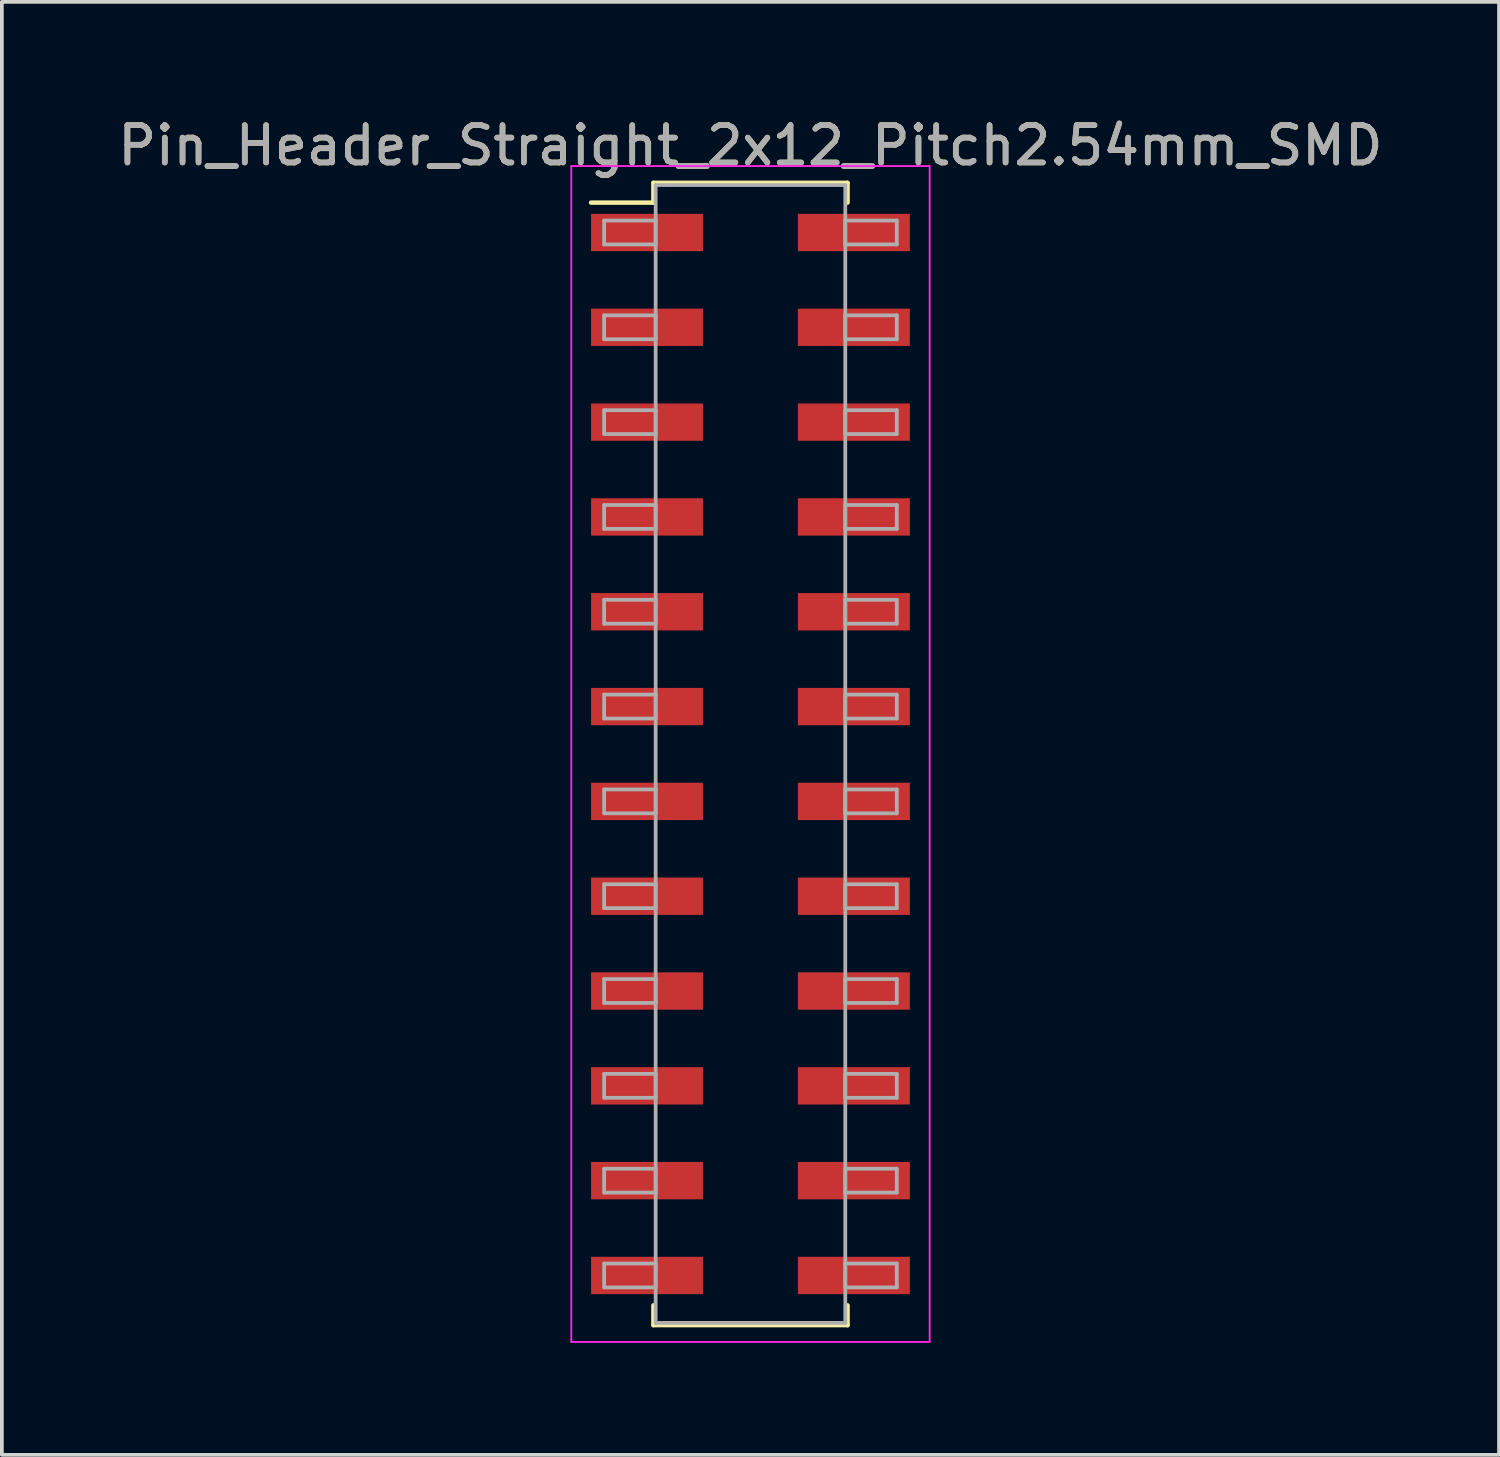
<source format=kicad_pcb>
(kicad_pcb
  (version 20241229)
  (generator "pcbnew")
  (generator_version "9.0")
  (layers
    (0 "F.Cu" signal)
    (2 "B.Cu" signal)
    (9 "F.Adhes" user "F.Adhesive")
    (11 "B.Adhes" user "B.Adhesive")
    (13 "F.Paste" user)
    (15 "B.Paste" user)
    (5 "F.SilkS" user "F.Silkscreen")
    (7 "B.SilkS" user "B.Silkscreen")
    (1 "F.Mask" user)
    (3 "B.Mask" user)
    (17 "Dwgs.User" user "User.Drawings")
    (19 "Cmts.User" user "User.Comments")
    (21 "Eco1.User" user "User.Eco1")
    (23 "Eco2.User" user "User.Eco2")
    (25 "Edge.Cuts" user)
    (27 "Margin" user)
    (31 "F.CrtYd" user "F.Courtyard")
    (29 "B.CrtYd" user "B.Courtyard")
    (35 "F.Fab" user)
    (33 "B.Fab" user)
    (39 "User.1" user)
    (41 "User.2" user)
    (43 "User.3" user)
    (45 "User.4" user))
  (footprint "Pin_Header_Straight_2x12_Pitch2.54mm_SMD"
    (layer "F.Cu")
    (at 17.054 17.148)
    (property "Reference" "Pin_Header_Straight_2x12_Pitch2.54mm_SMD" (at 0 -16.3 0) (layer "F.SilkS") (effects (font (size 1 1) (thickness 0.15))))
    (attr smd)
    (fp_line (start -4.27 -14.77) (end -2.6 -14.77) (stroke (width 0.12) (type solid)) (layer "F.SilkS"))
    (fp_line (start -2.6 -15.3) (end 2.6 -15.3) (stroke (width 0.12) (type solid)) (layer "F.SilkS"))
    (fp_line (start -2.6 -14.77) (end -2.6 -15.3) (stroke (width 0.12) (type solid)) (layer "F.SilkS"))
    (fp_line (start -2.6 14.77) (end -2.6 15.3) (stroke (width 0.12) (type solid)) (layer "F.SilkS"))
    (fp_line (start -2.6 15.3) (end 2.6 15.3) (stroke (width 0.12) (type solid)) (layer "F.SilkS"))
    (fp_line (start 2.6 -15.3) (end 2.6 -14.77) (stroke (width 0.12) (type solid)) (layer "F.SilkS"))
    (fp_line (start 2.6 15.3) (end 2.6 14.77) (stroke (width 0.12) (type solid)) (layer "F.SilkS"))
    (fp_line (start -4.8 -15.75) (end -4.8 15.75) (stroke (width 0.05) (type solid)) (layer "F.CrtYd"))
    (fp_line (start -4.8 15.75) (end 4.8 15.75) (stroke (width 0.05) (type solid)) (layer "F.CrtYd"))
    (fp_line (start 4.8 -15.75) (end -4.8 -15.75) (stroke (width 0.05) (type solid)) (layer "F.CrtYd"))
    (fp_line (start 4.8 15.75) (end 4.8 -15.75) (stroke (width 0.05) (type solid)) (layer "F.CrtYd"))
    (fp_line (start -3.92 -14.29) (end -2.54 -14.29) (stroke (width 0.1) (type solid)) (layer "F.Fab"))
    (fp_line (start -3.92 -13.65) (end -3.92 -14.29) (stroke (width 0.1) (type solid)) (layer "F.Fab"))
    (fp_line (start -3.92 -11.75) (end -2.54 -11.75) (stroke (width 0.1) (type solid)) (layer "F.Fab"))
    (fp_line (start -3.92 -11.11) (end -3.92 -11.75) (stroke (width 0.1) (type solid)) (layer "F.Fab"))
    (fp_line (start -3.92 -9.21) (end -2.54 -9.21) (stroke (width 0.1) (type solid)) (layer "F.Fab"))
    (fp_line (start -3.92 -8.57) (end -3.92 -9.21) (stroke (width 0.1) (type solid)) (layer "F.Fab"))
    (fp_line (start -3.92 -6.67) (end -2.54 -6.67) (stroke (width 0.1) (type solid)) (layer "F.Fab"))
    (fp_line (start -3.92 -6.03) (end -3.92 -6.67) (stroke (width 0.1) (type solid)) (layer "F.Fab"))
    (fp_line (start -3.92 -4.13) (end -2.54 -4.13) (stroke (width 0.1) (type solid)) (layer "F.Fab"))
    (fp_line (start -3.92 -3.49) (end -3.92 -4.13) (stroke (width 0.1) (type solid)) (layer "F.Fab"))
    (fp_line (start -3.92 -1.59) (end -2.54 -1.59) (stroke (width 0.1) (type solid)) (layer "F.Fab"))
    (fp_line (start -3.92 -0.95) (end -3.92 -1.59) (stroke (width 0.1) (type solid)) (layer "F.Fab"))
    (fp_line (start -3.92 0.95) (end -2.54 0.95) (stroke (width 0.1) (type solid)) (layer "F.Fab"))
    (fp_line (start -3.92 1.59) (end -3.92 0.95) (stroke (width 0.1) (type solid)) (layer "F.Fab"))
    (fp_line (start -3.92 3.49) (end -2.54 3.49) (stroke (width 0.1) (type solid)) (layer "F.Fab"))
    (fp_line (start -3.92 4.13) (end -3.92 3.49) (stroke (width 0.1) (type solid)) (layer "F.Fab"))
    (fp_line (start -3.92 6.03) (end -2.54 6.03) (stroke (width 0.1) (type solid)) (layer "F.Fab"))
    (fp_line (start -3.92 6.67) (end -3.92 6.03) (stroke (width 0.1) (type solid)) (layer "F.Fab"))
    (fp_line (start -3.92 8.57) (end -2.54 8.57) (stroke (width 0.1) (type solid)) (layer "F.Fab"))
    (fp_line (start -3.92 9.21) (end -3.92 8.57) (stroke (width 0.1) (type solid)) (layer "F.Fab"))
    (fp_line (start -3.92 11.11) (end -2.54 11.11) (stroke (width 0.1) (type solid)) (layer "F.Fab"))
    (fp_line (start -3.92 11.75) (end -3.92 11.11) (stroke (width 0.1) (type solid)) (layer "F.Fab"))
    (fp_line (start -3.92 13.65) (end -2.54 13.65) (stroke (width 0.1) (type solid)) (layer "F.Fab"))
    (fp_line (start -3.92 14.29) (end -3.92 13.65) (stroke (width 0.1) (type solid)) (layer "F.Fab"))
    (fp_line (start -2.54 -15.24) (end -2.54 15.24) (stroke (width 0.1) (type solid)) (layer "F.Fab"))
    (fp_line (start -2.54 -14.29) (end -2.54 -13.65) (stroke (width 0.1) (type solid)) (layer "F.Fab"))
    (fp_line (start -2.54 -13.65) (end -3.92 -13.65) (stroke (width 0.1) (type solid)) (layer "F.Fab"))
    (fp_line (start -2.54 -11.75) (end -2.54 -11.11) (stroke (width 0.1) (type solid)) (layer "F.Fab"))
    (fp_line (start -2.54 -11.11) (end -3.92 -11.11) (stroke (width 0.1) (type solid)) (layer "F.Fab"))
    (fp_line (start -2.54 -9.21) (end -2.54 -8.57) (stroke (width 0.1) (type solid)) (layer "F.Fab"))
    (fp_line (start -2.54 -8.57) (end -3.92 -8.57) (stroke (width 0.1) (type solid)) (layer "F.Fab"))
    (fp_line (start -2.54 -6.67) (end -2.54 -6.03) (stroke (width 0.1) (type solid)) (layer "F.Fab"))
    (fp_line (start -2.54 -6.03) (end -3.92 -6.03) (stroke (width 0.1) (type solid)) (layer "F.Fab"))
    (fp_line (start -2.54 -4.13) (end -2.54 -3.49) (stroke (width 0.1) (type solid)) (layer "F.Fab"))
    (fp_line (start -2.54 -3.49) (end -3.92 -3.49) (stroke (width 0.1) (type solid)) (layer "F.Fab"))
    (fp_line (start -2.54 -1.59) (end -2.54 -0.95) (stroke (width 0.1) (type solid)) (layer "F.Fab"))
    (fp_line (start -2.54 -0.95) (end -3.92 -0.95) (stroke (width 0.1) (type solid)) (layer "F.Fab"))
    (fp_line (start -2.54 0.95) (end -2.54 1.59) (stroke (width 0.1) (type solid)) (layer "F.Fab"))
    (fp_line (start -2.54 1.59) (end -3.92 1.59) (stroke (width 0.1) (type solid)) (layer "F.Fab"))
    (fp_line (start -2.54 3.49) (end -2.54 4.13) (stroke (width 0.1) (type solid)) (layer "F.Fab"))
    (fp_line (start -2.54 4.13) (end -3.92 4.13) (stroke (width 0.1) (type solid)) (layer "F.Fab"))
    (fp_line (start -2.54 6.03) (end -2.54 6.67) (stroke (width 0.1) (type solid)) (layer "F.Fab"))
    (fp_line (start -2.54 6.67) (end -3.92 6.67) (stroke (width 0.1) (type solid)) (layer "F.Fab"))
    (fp_line (start -2.54 8.57) (end -2.54 9.21) (stroke (width 0.1) (type solid)) (layer "F.Fab"))
    (fp_line (start -2.54 9.21) (end -3.92 9.21) (stroke (width 0.1) (type solid)) (layer "F.Fab"))
    (fp_line (start -2.54 11.11) (end -2.54 11.75) (stroke (width 0.1) (type solid)) (layer "F.Fab"))
    (fp_line (start -2.54 11.75) (end -3.92 11.75) (stroke (width 0.1) (type solid)) (layer "F.Fab"))
    (fp_line (start -2.54 13.65) (end -2.54 14.29) (stroke (width 0.1) (type solid)) (layer "F.Fab"))
    (fp_line (start -2.54 14.29) (end -3.92 14.29) (stroke (width 0.1) (type solid)) (layer "F.Fab"))
    (fp_line (start -2.54 15.24) (end 2.54 15.24) (stroke (width 0.1) (type solid)) (layer "F.Fab"))
    (fp_line (start 2.54 -15.24) (end -2.54 -15.24) (stroke (width 0.1) (type solid)) (layer "F.Fab"))
    (fp_line (start 2.54 -14.29) (end 2.54 -13.65) (stroke (width 0.1) (type solid)) (layer "F.Fab"))
    (fp_line (start 2.54 -13.65) (end 3.92 -13.65) (stroke (width 0.1) (type solid)) (layer "F.Fab"))
    (fp_line (start 2.54 -11.75) (end 2.54 -11.11) (stroke (width 0.1) (type solid)) (layer "F.Fab"))
    (fp_line (start 2.54 -11.11) (end 3.92 -11.11) (stroke (width 0.1) (type solid)) (layer "F.Fab"))
    (fp_line (start 2.54 -9.21) (end 2.54 -8.57) (stroke (width 0.1) (type solid)) (layer "F.Fab"))
    (fp_line (start 2.54 -8.57) (end 3.92 -8.57) (stroke (width 0.1) (type solid)) (layer "F.Fab"))
    (fp_line (start 2.54 -6.67) (end 2.54 -6.03) (stroke (width 0.1) (type solid)) (layer "F.Fab"))
    (fp_line (start 2.54 -6.03) (end 3.92 -6.03) (stroke (width 0.1) (type solid)) (layer "F.Fab"))
    (fp_line (start 2.54 -4.13) (end 2.54 -3.49) (stroke (width 0.1) (type solid)) (layer "F.Fab"))
    (fp_line (start 2.54 -3.49) (end 3.92 -3.49) (stroke (width 0.1) (type solid)) (layer "F.Fab"))
    (fp_line (start 2.54 -1.59) (end 2.54 -0.95) (stroke (width 0.1) (type solid)) (layer "F.Fab"))
    (fp_line (start 2.54 -0.95) (end 3.92 -0.95) (stroke (width 0.1) (type solid)) (layer "F.Fab"))
    (fp_line (start 2.54 0.95) (end 2.54 1.59) (stroke (width 0.1) (type solid)) (layer "F.Fab"))
    (fp_line (start 2.54 1.59) (end 3.92 1.59) (stroke (width 0.1) (type solid)) (layer "F.Fab"))
    (fp_line (start 2.54 3.49) (end 2.54 4.13) (stroke (width 0.1) (type solid)) (layer "F.Fab"))
    (fp_line (start 2.54 4.13) (end 3.92 4.13) (stroke (width 0.1) (type solid)) (layer "F.Fab"))
    (fp_line (start 2.54 6.03) (end 2.54 6.67) (stroke (width 0.1) (type solid)) (layer "F.Fab"))
    (fp_line (start 2.54 6.67) (end 3.92 6.67) (stroke (width 0.1) (type solid)) (layer "F.Fab"))
    (fp_line (start 2.54 8.57) (end 2.54 9.21) (stroke (width 0.1) (type solid)) (layer "F.Fab"))
    (fp_line (start 2.54 9.21) (end 3.92 9.21) (stroke (width 0.1) (type solid)) (layer "F.Fab"))
    (fp_line (start 2.54 11.11) (end 2.54 11.75) (stroke (width 0.1) (type solid)) (layer "F.Fab"))
    (fp_line (start 2.54 11.75) (end 3.92 11.75) (stroke (width 0.1) (type solid)) (layer "F.Fab"))
    (fp_line (start 2.54 13.65) (end 2.54 14.29) (stroke (width 0.1) (type solid)) (layer "F.Fab"))
    (fp_line (start 2.54 14.29) (end 3.92 14.29) (stroke (width 0.1) (type solid)) (layer "F.Fab"))
    (fp_line (start 2.54 15.24) (end 2.54 -15.24) (stroke (width 0.1) (type solid)) (layer "F.Fab"))
    (fp_line (start 3.92 -14.29) (end 2.54 -14.29) (stroke (width 0.1) (type solid)) (layer "F.Fab"))
    (fp_line (start 3.92 -13.65) (end 3.92 -14.29) (stroke (width 0.1) (type solid)) (layer "F.Fab"))
    (fp_line (start 3.92 -11.75) (end 2.54 -11.75) (stroke (width 0.1) (type solid)) (layer "F.Fab"))
    (fp_line (start 3.92 -11.11) (end 3.92 -11.75) (stroke (width 0.1) (type solid)) (layer "F.Fab"))
    (fp_line (start 3.92 -9.21) (end 2.54 -9.21) (stroke (width 0.1) (type solid)) (layer "F.Fab"))
    (fp_line (start 3.92 -8.57) (end 3.92 -9.21) (stroke (width 0.1) (type solid)) (layer "F.Fab"))
    (fp_line (start 3.92 -6.67) (end 2.54 -6.67) (stroke (width 0.1) (type solid)) (layer "F.Fab"))
    (fp_line (start 3.92 -6.03) (end 3.92 -6.67) (stroke (width 0.1) (type solid)) (layer "F.Fab"))
    (fp_line (start 3.92 -4.13) (end 2.54 -4.13) (stroke (width 0.1) (type solid)) (layer "F.Fab"))
    (fp_line (start 3.92 -3.49) (end 3.92 -4.13) (stroke (width 0.1) (type solid)) (layer "F.Fab"))
    (fp_line (start 3.92 -1.59) (end 2.54 -1.59) (stroke (width 0.1) (type solid)) (layer "F.Fab"))
    (fp_line (start 3.92 -0.95) (end 3.92 -1.59) (stroke (width 0.1) (type solid)) (layer "F.Fab"))
    (fp_line (start 3.92 0.95) (end 2.54 0.95) (stroke (width 0.1) (type solid)) (layer "F.Fab"))
    (fp_line (start 3.92 1.59) (end 3.92 0.95) (stroke (width 0.1) (type solid)) (layer "F.Fab"))
    (fp_line (start 3.92 3.49) (end 2.54 3.49) (stroke (width 0.1) (type solid)) (layer "F.Fab"))
    (fp_line (start 3.92 4.13) (end 3.92 3.49) (stroke (width 0.1) (type solid)) (layer "F.Fab"))
    (fp_line (start 3.92 6.03) (end 2.54 6.03) (stroke (width 0.1) (type solid)) (layer "F.Fab"))
    (fp_line (start 3.92 6.67) (end 3.92 6.03) (stroke (width 0.1) (type solid)) (layer "F.Fab"))
    (fp_line (start 3.92 8.57) (end 2.54 8.57) (stroke (width 0.1) (type solid)) (layer "F.Fab"))
    (fp_line (start 3.92 9.21) (end 3.92 8.57) (stroke (width 0.1) (type solid)) (layer "F.Fab"))
    (fp_line (start 3.92 11.11) (end 2.54 11.11) (stroke (width 0.1) (type solid)) (layer "F.Fab"))
    (fp_line (start 3.92 11.75) (end 3.92 11.11) (stroke (width 0.1) (type solid)) (layer "F.Fab"))
    (fp_line (start 3.92 13.65) (end 2.54 13.65) (stroke (width 0.1) (type solid)) (layer "F.Fab"))
    (fp_line (start 3.92 14.29) (end 3.92 13.65) (stroke (width 0.1) (type solid)) (layer "F.Fab"))
    (fp_text user "${REFERENCE}" (at 0 -16.3 0) (layer "F.Fab") (effects (font (size 1 1) (thickness 0.15))))
    (pad "1" smd rect (at -2.77 -13.97) (size 3 1) (layers "F.Cu" "F.Mask" "F.Paste"))
    (pad "2" smd rect (at 2.77 -13.97) (size 3 1) (layers "F.Cu" "F.Mask" "F.Paste"))
    (pad "3" smd rect (at -2.77 -11.43) (size 3 1) (layers "F.Cu" "F.Mask" "F.Paste"))
    (pad "4" smd rect (at 2.77 -11.43) (size 3 1) (layers "F.Cu" "F.Mask" "F.Paste"))
    (pad "5" smd rect (at -2.77 -8.89) (size 3 1) (layers "F.Cu" "F.Mask" "F.Paste"))
    (pad "6" smd rect (at 2.77 -8.89) (size 3 1) (layers "F.Cu" "F.Mask" "F.Paste"))
    (pad "7" smd rect (at -2.77 -6.35) (size 3 1) (layers "F.Cu" "F.Mask" "F.Paste"))
    (pad "8" smd rect (at 2.77 -6.35) (size 3 1) (layers "F.Cu" "F.Mask" "F.Paste"))
    (pad "9" smd rect (at -2.77 -3.81) (size 3 1) (layers "F.Cu" "F.Mask" "F.Paste"))
    (pad "10" smd rect (at 2.77 -3.81) (size 3 1) (layers "F.Cu" "F.Mask" "F.Paste"))
    (pad "11" smd rect (at -2.77 -1.27) (size 3 1) (layers "F.Cu" "F.Mask" "F.Paste"))
    (pad "12" smd rect (at 2.77 -1.27) (size 3 1) (layers "F.Cu" "F.Mask" "F.Paste"))
    (pad "13" smd rect (at -2.77 1.27) (size 3 1) (layers "F.Cu" "F.Mask" "F.Paste"))
    (pad "14" smd rect (at 2.77 1.27) (size 3 1) (layers "F.Cu" "F.Mask" "F.Paste"))
    (pad "15" smd rect (at -2.77 3.81) (size 3 1) (layers "F.Cu" "F.Mask" "F.Paste"))
    (pad "16" smd rect (at 2.77 3.81) (size 3 1) (layers "F.Cu" "F.Mask" "F.Paste"))
    (pad "17" smd rect (at -2.77 6.35) (size 3 1) (layers "F.Cu" "F.Mask" "F.Paste"))
    (pad "18" smd rect (at 2.77 6.35) (size 3 1) (layers "F.Cu" "F.Mask" "F.Paste"))
    (pad "19" smd rect (at -2.77 8.89) (size 3 1) (layers "F.Cu" "F.Mask" "F.Paste"))
    (pad "20" smd rect (at 2.77 8.89) (size 3 1) (layers "F.Cu" "F.Mask" "F.Paste"))
    (pad "21" smd rect (at -2.77 11.43) (size 3 1) (layers "F.Cu" "F.Mask" "F.Paste"))
    (pad "22" smd rect (at 2.77 11.43) (size 3 1) (layers "F.Cu" "F.Mask" "F.Paste"))
    (pad "23" smd rect (at -2.77 13.97) (size 3 1) (layers "F.Cu" "F.Mask" "F.Paste"))
    (pad "24" smd rect (at 2.77 13.97) (size 3 1) (layers "F.Cu" "F.Mask" "F.Paste")))
  (gr_rect
    (start -3 -3)
    (end 37.107 35.923)
    (stroke (width 0.1) (type default))
    (fill no)
    (layer "Edge.Cuts")))
</source>
